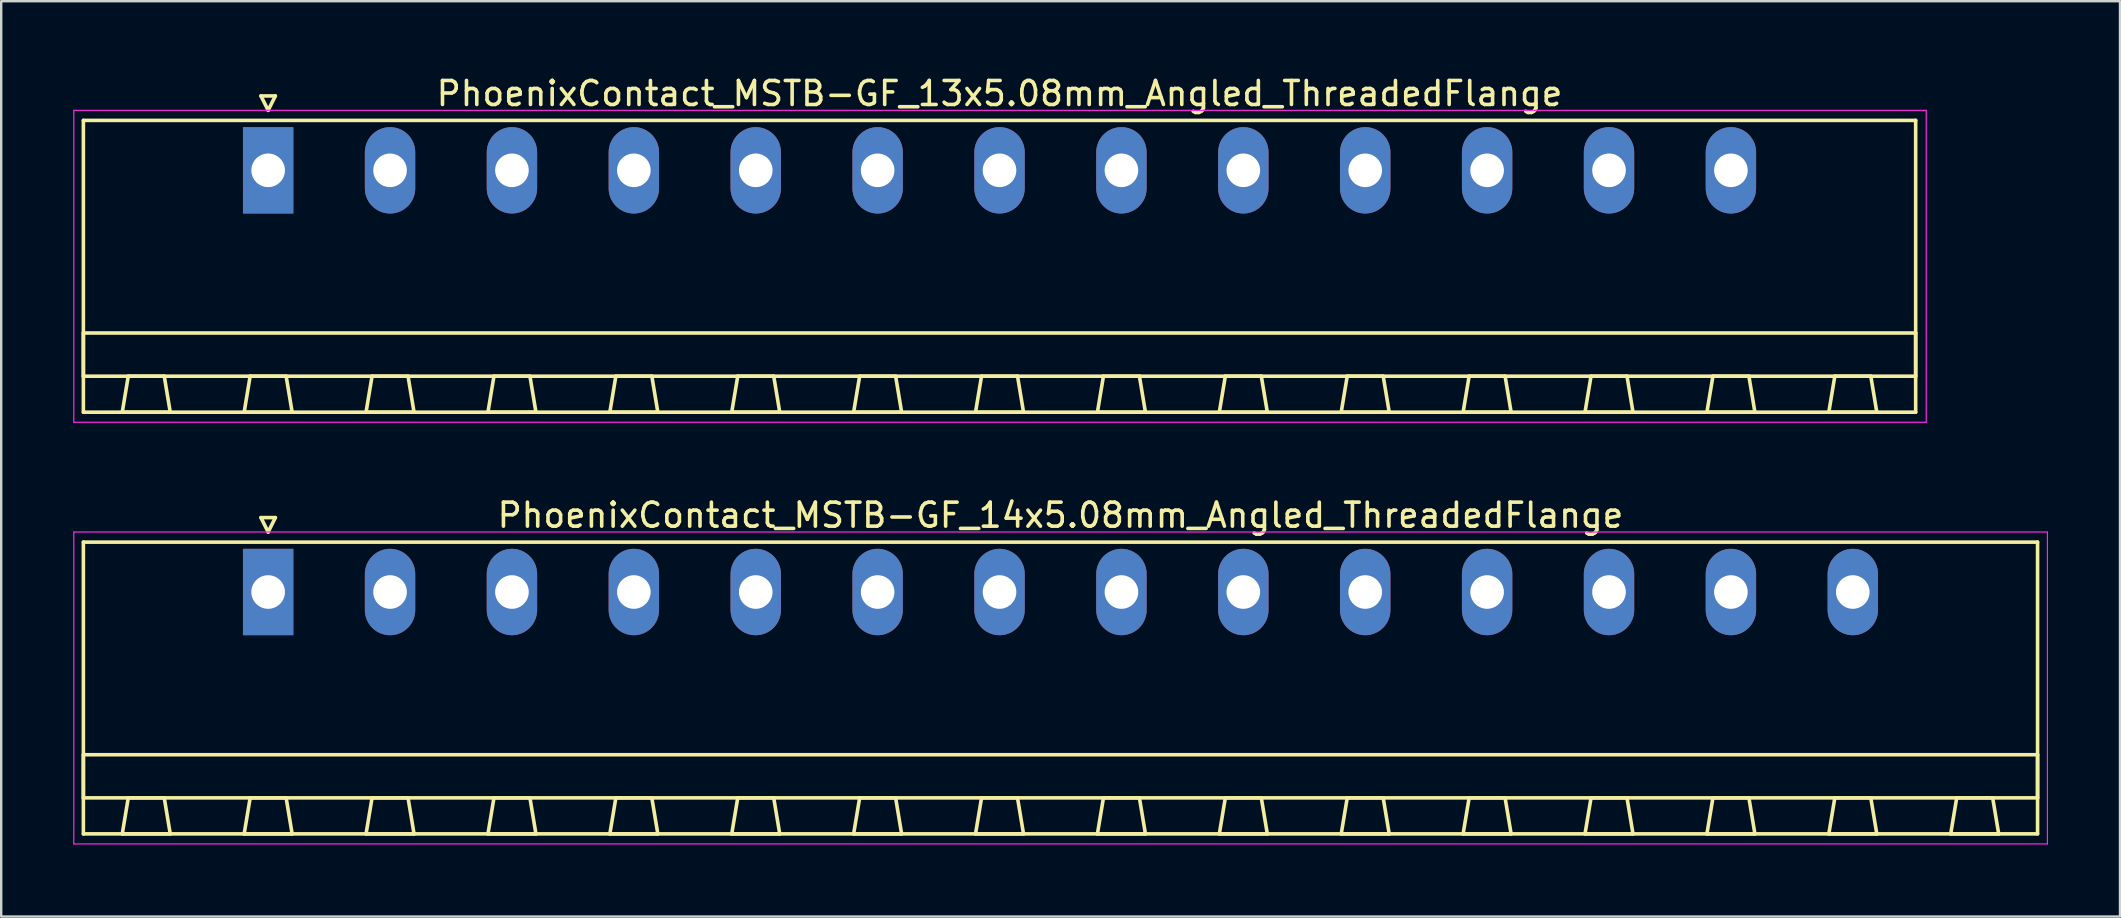
<source format=kicad_pcb>
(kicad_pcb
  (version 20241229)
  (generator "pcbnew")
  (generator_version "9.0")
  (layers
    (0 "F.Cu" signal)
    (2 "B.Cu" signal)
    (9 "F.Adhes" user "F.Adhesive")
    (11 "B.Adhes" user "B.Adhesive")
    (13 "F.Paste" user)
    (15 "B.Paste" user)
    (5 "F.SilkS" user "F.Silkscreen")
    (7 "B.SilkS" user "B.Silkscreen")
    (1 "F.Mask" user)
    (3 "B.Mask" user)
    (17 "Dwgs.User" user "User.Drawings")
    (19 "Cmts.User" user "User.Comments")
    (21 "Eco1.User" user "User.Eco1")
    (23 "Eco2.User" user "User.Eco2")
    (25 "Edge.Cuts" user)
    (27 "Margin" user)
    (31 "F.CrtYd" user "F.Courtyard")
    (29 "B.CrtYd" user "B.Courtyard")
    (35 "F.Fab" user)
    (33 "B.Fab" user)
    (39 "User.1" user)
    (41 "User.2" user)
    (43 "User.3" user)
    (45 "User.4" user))
  (footprint "PhoenixContact_MSTB-GF_13x5.08mm_Angled_ThreadedFlange"
    (layer "F.Cu")
    (at 8.125 4.048)
    (property "Reference" "PhoenixContact_MSTB-GF_13x5.08mm_Angled_ThreadedFlange" (at 30.48 -3.2 0) (layer "F.SilkS") (effects (font (size 1 1) (thickness 0.15))))
    (attr through_hole)
    (fp_line (start -7.7 -2.08) (end -7.7 10.08) (stroke (width 0.15) (type solid)) (layer "F.SilkS"))
    (fp_line (start -7.7 6.78) (end 68.66 6.78) (stroke (width 0.15) (type solid)) (layer "F.SilkS"))
    (fp_line (start -7.7 8.58) (end -7.7 6.78) (stroke (width 0.15) (type solid)) (layer "F.SilkS"))
    (fp_line (start -7.7 10.08) (end 68.66 10.08) (stroke (width 0.15) (type solid)) (layer "F.SilkS"))
    (fp_line (start -6.08 10.08) (end -4.08 10.08) (stroke (width 0.15) (type solid)) (layer "F.SilkS"))
    (fp_line (start -5.83 8.58) (end -6.08 10.08) (stroke (width 0.15) (type solid)) (layer "F.SilkS"))
    (fp_line (start -4.33 8.58) (end -5.83 8.58) (stroke (width 0.15) (type solid)) (layer "F.SilkS"))
    (fp_line (start -4.08 10.08) (end -4.33 8.58) (stroke (width 0.15) (type solid)) (layer "F.SilkS"))
    (fp_line (start -1 10.08) (end 1 10.08) (stroke (width 0.15) (type solid)) (layer "F.SilkS"))
    (fp_line (start -0.75 8.58) (end -1 10.08) (stroke (width 0.15) (type solid)) (layer "F.SilkS"))
    (fp_line (start -0.3 -3.1) (end 0 -2.5) (stroke (width 0.15) (type solid)) (layer "F.SilkS"))
    (fp_line (start 0 -2.5) (end 0.3 -3.1) (stroke (width 0.15) (type solid)) (layer "F.SilkS"))
    (fp_line (start 0.3 -3.1) (end -0.3 -3.1) (stroke (width 0.15) (type solid)) (layer "F.SilkS"))
    (fp_line (start 0.75 8.58) (end -0.75 8.58) (stroke (width 0.15) (type solid)) (layer "F.SilkS"))
    (fp_line (start 1 10.08) (end 0.75 8.58) (stroke (width 0.15) (type solid)) (layer "F.SilkS"))
    (fp_line (start 4.08 10.08) (end 6.08 10.08) (stroke (width 0.15) (type solid)) (layer "F.SilkS"))
    (fp_line (start 4.33 8.58) (end 4.08 10.08) (stroke (width 0.15) (type solid)) (layer "F.SilkS"))
    (fp_line (start 5.83 8.58) (end 4.33 8.58) (stroke (width 0.15) (type solid)) (layer "F.SilkS"))
    (fp_line (start 6.08 10.08) (end 5.83 8.58) (stroke (width 0.15) (type solid)) (layer "F.SilkS"))
    (fp_line (start 9.16 10.08) (end 11.16 10.08) (stroke (width 0.15) (type solid)) (layer "F.SilkS"))
    (fp_line (start 9.41 8.58) (end 9.16 10.08) (stroke (width 0.15) (type solid)) (layer "F.SilkS"))
    (fp_line (start 10.91 8.58) (end 9.41 8.58) (stroke (width 0.15) (type solid)) (layer "F.SilkS"))
    (fp_line (start 11.16 10.08) (end 10.91 8.58) (stroke (width 0.15) (type solid)) (layer "F.SilkS"))
    (fp_line (start 14.24 10.08) (end 16.24 10.08) (stroke (width 0.15) (type solid)) (layer "F.SilkS"))
    (fp_line (start 14.49 8.58) (end 14.24 10.08) (stroke (width 0.15) (type solid)) (layer "F.SilkS"))
    (fp_line (start 15.99 8.58) (end 14.49 8.58) (stroke (width 0.15) (type solid)) (layer "F.SilkS"))
    (fp_line (start 16.24 10.08) (end 15.99 8.58) (stroke (width 0.15) (type solid)) (layer "F.SilkS"))
    (fp_line (start 19.32 10.08) (end 21.32 10.08) (stroke (width 0.15) (type solid)) (layer "F.SilkS"))
    (fp_line (start 19.57 8.58) (end 19.32 10.08) (stroke (width 0.15) (type solid)) (layer "F.SilkS"))
    (fp_line (start 21.07 8.58) (end 19.57 8.58) (stroke (width 0.15) (type solid)) (layer "F.SilkS"))
    (fp_line (start 21.32 10.08) (end 21.07 8.58) (stroke (width 0.15) (type solid)) (layer "F.SilkS"))
    (fp_line (start 24.4 10.08) (end 26.4 10.08) (stroke (width 0.15) (type solid)) (layer "F.SilkS"))
    (fp_line (start 24.65 8.58) (end 24.4 10.08) (stroke (width 0.15) (type solid)) (layer "F.SilkS"))
    (fp_line (start 26.15 8.58) (end 24.65 8.58) (stroke (width 0.15) (type solid)) (layer "F.SilkS"))
    (fp_line (start 26.4 10.08) (end 26.15 8.58) (stroke (width 0.15) (type solid)) (layer "F.SilkS"))
    (fp_line (start 29.48 10.08) (end 31.48 10.08) (stroke (width 0.15) (type solid)) (layer "F.SilkS"))
    (fp_line (start 29.73 8.58) (end 29.48 10.08) (stroke (width 0.15) (type solid)) (layer "F.SilkS"))
    (fp_line (start 31.23 8.58) (end 29.73 8.58) (stroke (width 0.15) (type solid)) (layer "F.SilkS"))
    (fp_line (start 31.48 10.08) (end 31.23 8.58) (stroke (width 0.15) (type solid)) (layer "F.SilkS"))
    (fp_line (start 34.56 10.08) (end 36.56 10.08) (stroke (width 0.15) (type solid)) (layer "F.SilkS"))
    (fp_line (start 34.81 8.58) (end 34.56 10.08) (stroke (width 0.15) (type solid)) (layer "F.SilkS"))
    (fp_line (start 36.31 8.58) (end 34.81 8.58) (stroke (width 0.15) (type solid)) (layer "F.SilkS"))
    (fp_line (start 36.56 10.08) (end 36.31 8.58) (stroke (width 0.15) (type solid)) (layer "F.SilkS"))
    (fp_line (start 39.64 10.08) (end 41.64 10.08) (stroke (width 0.15) (type solid)) (layer "F.SilkS"))
    (fp_line (start 39.89 8.58) (end 39.64 10.08) (stroke (width 0.15) (type solid)) (layer "F.SilkS"))
    (fp_line (start 41.39 8.58) (end 39.89 8.58) (stroke (width 0.15) (type solid)) (layer "F.SilkS"))
    (fp_line (start 41.64 10.08) (end 41.39 8.58) (stroke (width 0.15) (type solid)) (layer "F.SilkS"))
    (fp_line (start 44.72 10.08) (end 46.72 10.08) (stroke (width 0.15) (type solid)) (layer "F.SilkS"))
    (fp_line (start 44.97 8.58) (end 44.72 10.08) (stroke (width 0.15) (type solid)) (layer "F.SilkS"))
    (fp_line (start 46.47 8.58) (end 44.97 8.58) (stroke (width 0.15) (type solid)) (layer "F.SilkS"))
    (fp_line (start 46.72 10.08) (end 46.47 8.58) (stroke (width 0.15) (type solid)) (layer "F.SilkS"))
    (fp_line (start 49.8 10.08) (end 51.8 10.08) (stroke (width 0.15) (type solid)) (layer "F.SilkS"))
    (fp_line (start 50.05 8.58) (end 49.8 10.08) (stroke (width 0.15) (type solid)) (layer "F.SilkS"))
    (fp_line (start 51.55 8.58) (end 50.05 8.58) (stroke (width 0.15) (type solid)) (layer "F.SilkS"))
    (fp_line (start 51.8 10.08) (end 51.55 8.58) (stroke (width 0.15) (type solid)) (layer "F.SilkS"))
    (fp_line (start 54.88 10.08) (end 56.88 10.08) (stroke (width 0.15) (type solid)) (layer "F.SilkS"))
    (fp_line (start 55.13 8.58) (end 54.88 10.08) (stroke (width 0.15) (type solid)) (layer "F.SilkS"))
    (fp_line (start 56.63 8.58) (end 55.13 8.58) (stroke (width 0.15) (type solid)) (layer "F.SilkS"))
    (fp_line (start 56.88 10.08) (end 56.63 8.58) (stroke (width 0.15) (type solid)) (layer "F.SilkS"))
    (fp_line (start 59.96 10.08) (end 61.96 10.08) (stroke (width 0.15) (type solid)) (layer "F.SilkS"))
    (fp_line (start 60.21 8.58) (end 59.96 10.08) (stroke (width 0.15) (type solid)) (layer "F.SilkS"))
    (fp_line (start 61.71 8.58) (end 60.21 8.58) (stroke (width 0.15) (type solid)) (layer "F.SilkS"))
    (fp_line (start 61.96 10.08) (end 61.71 8.58) (stroke (width 0.15) (type solid)) (layer "F.SilkS"))
    (fp_line (start 65.04 10.08) (end 67.04 10.08) (stroke (width 0.15) (type solid)) (layer "F.SilkS"))
    (fp_line (start 65.29 8.58) (end 65.04 10.08) (stroke (width 0.15) (type solid)) (layer "F.SilkS"))
    (fp_line (start 66.79 8.58) (end 65.29 8.58) (stroke (width 0.15) (type solid)) (layer "F.SilkS"))
    (fp_line (start 67.04 10.08) (end 66.79 8.58) (stroke (width 0.15) (type solid)) (layer "F.SilkS"))
    (fp_line (start 68.66 -2.08) (end -7.7 -2.08) (stroke (width 0.15) (type solid)) (layer "F.SilkS"))
    (fp_line (start 68.66 6.78) (end 68.66 8.58) (stroke (width 0.15) (type solid)) (layer "F.SilkS"))
    (fp_line (start 68.66 8.58) (end -7.7 8.58) (stroke (width 0.15) (type solid)) (layer "F.SilkS"))
    (fp_line (start 68.66 10.08) (end 68.66 -2.08) (stroke (width 0.15) (type solid)) (layer "F.SilkS"))
    (fp_line (start -8.1 -2.5) (end -8.1 10.5) (stroke (width 0.05) (type solid)) (layer "F.CrtYd"))
    (fp_line (start -8.1 10.5) (end 69.1 10.5) (stroke (width 0.05) (type solid)) (layer "F.CrtYd"))
    (fp_line (start 69.1 -2.5) (end -8.1 -2.5) (stroke (width 0.05) (type solid)) (layer "F.CrtYd"))
    (fp_line (start 69.1 10.5) (end 69.1 -2.5) (stroke (width 0.05) (type solid)) (layer "F.CrtYd"))
    (pad "1" thru_hole rect (at 0 0) (size 2.1 3.6) (drill 1.4) (layers "*.Cu" "*.Mask"))
    (pad "2" thru_hole oval (at 5.08 0) (size 2.1 3.6) (drill 1.4) (layers "*.Cu" "*.Mask"))
    (pad "3" thru_hole oval (at 10.16 0) (size 2.1 3.6) (drill 1.4) (layers "*.Cu" "*.Mask"))
    (pad "4" thru_hole oval (at 15.24 0) (size 2.1 3.6) (drill 1.4) (layers "*.Cu" "*.Mask"))
    (pad "5" thru_hole oval (at 20.32 0) (size 2.1 3.6) (drill 1.4) (layers "*.Cu" "*.Mask"))
    (pad "6" thru_hole oval (at 25.4 0) (size 2.1 3.6) (drill 1.4) (layers "*.Cu" "*.Mask"))
    (pad "7" thru_hole oval (at 30.48 0) (size 2.1 3.6) (drill 1.4) (layers "*.Cu" "*.Mask"))
    (pad "8" thru_hole oval (at 35.56 0) (size 2.1 3.6) (drill 1.4) (layers "*.Cu" "*.Mask"))
    (pad "9" thru_hole oval (at 40.64 0) (size 2.1 3.6) (drill 1.4) (layers "*.Cu" "*.Mask"))
    (pad "10" thru_hole oval (at 45.72 0) (size 2.1 3.6) (drill 1.4) (layers "*.Cu" "*.Mask"))
    (pad "11" thru_hole oval (at 50.8 0) (size 2.1 3.6) (drill 1.4) (layers "*.Cu" "*.Mask"))
    (pad "12" thru_hole oval (at 55.88 0) (size 2.1 3.6) (drill 1.4) (layers "*.Cu" "*.Mask"))
    (pad "13" thru_hole oval (at 60.96 0) (size 2.1 3.6) (drill 1.4) (layers "*.Cu" "*.Mask")))
  (footprint "PhoenixContact_MSTB-GF_14x5.08mm_Angled_ThreadedFlange"
    (layer "F.Cu")
    (at 8.125 21.622)
    (property "Reference" "PhoenixContact_MSTB-GF_14x5.08mm_Angled_ThreadedFlange" (at 33.02 -3.2 0) (layer "F.SilkS") (effects (font (size 1 1) (thickness 0.15))))
    (attr through_hole)
    (fp_line (start -7.7 -2.08) (end -7.7 10.08) (stroke (width 0.15) (type solid)) (layer "F.SilkS"))
    (fp_line (start -7.7 6.78) (end 73.74 6.78) (stroke (width 0.15) (type solid)) (layer "F.SilkS"))
    (fp_line (start -7.7 8.58) (end -7.7 6.78) (stroke (width 0.15) (type solid)) (layer "F.SilkS"))
    (fp_line (start -7.7 10.08) (end 73.74 10.08) (stroke (width 0.15) (type solid)) (layer "F.SilkS"))
    (fp_line (start -6.08 10.08) (end -4.08 10.08) (stroke (width 0.15) (type solid)) (layer "F.SilkS"))
    (fp_line (start -5.83 8.58) (end -6.08 10.08) (stroke (width 0.15) (type solid)) (layer "F.SilkS"))
    (fp_line (start -4.33 8.58) (end -5.83 8.58) (stroke (width 0.15) (type solid)) (layer "F.SilkS"))
    (fp_line (start -4.08 10.08) (end -4.33 8.58) (stroke (width 0.15) (type solid)) (layer "F.SilkS"))
    (fp_line (start -1 10.08) (end 1 10.08) (stroke (width 0.15) (type solid)) (layer "F.SilkS"))
    (fp_line (start -0.75 8.58) (end -1 10.08) (stroke (width 0.15) (type solid)) (layer "F.SilkS"))
    (fp_line (start -0.3 -3.1) (end 0 -2.5) (stroke (width 0.15) (type solid)) (layer "F.SilkS"))
    (fp_line (start 0 -2.5) (end 0.3 -3.1) (stroke (width 0.15) (type solid)) (layer "F.SilkS"))
    (fp_line (start 0.3 -3.1) (end -0.3 -3.1) (stroke (width 0.15) (type solid)) (layer "F.SilkS"))
    (fp_line (start 0.75 8.58) (end -0.75 8.58) (stroke (width 0.15) (type solid)) (layer "F.SilkS"))
    (fp_line (start 1 10.08) (end 0.75 8.58) (stroke (width 0.15) (type solid)) (layer "F.SilkS"))
    (fp_line (start 4.08 10.08) (end 6.08 10.08) (stroke (width 0.15) (type solid)) (layer "F.SilkS"))
    (fp_line (start 4.33 8.58) (end 4.08 10.08) (stroke (width 0.15) (type solid)) (layer "F.SilkS"))
    (fp_line (start 5.83 8.58) (end 4.33 8.58) (stroke (width 0.15) (type solid)) (layer "F.SilkS"))
    (fp_line (start 6.08 10.08) (end 5.83 8.58) (stroke (width 0.15) (type solid)) (layer "F.SilkS"))
    (fp_line (start 9.16 10.08) (end 11.16 10.08) (stroke (width 0.15) (type solid)) (layer "F.SilkS"))
    (fp_line (start 9.41 8.58) (end 9.16 10.08) (stroke (width 0.15) (type solid)) (layer "F.SilkS"))
    (fp_line (start 10.91 8.58) (end 9.41 8.58) (stroke (width 0.15) (type solid)) (layer "F.SilkS"))
    (fp_line (start 11.16 10.08) (end 10.91 8.58) (stroke (width 0.15) (type solid)) (layer "F.SilkS"))
    (fp_line (start 14.24 10.08) (end 16.24 10.08) (stroke (width 0.15) (type solid)) (layer "F.SilkS"))
    (fp_line (start 14.49 8.58) (end 14.24 10.08) (stroke (width 0.15) (type solid)) (layer "F.SilkS"))
    (fp_line (start 15.99 8.58) (end 14.49 8.58) (stroke (width 0.15) (type solid)) (layer "F.SilkS"))
    (fp_line (start 16.24 10.08) (end 15.99 8.58) (stroke (width 0.15) (type solid)) (layer "F.SilkS"))
    (fp_line (start 19.32 10.08) (end 21.32 10.08) (stroke (width 0.15) (type solid)) (layer "F.SilkS"))
    (fp_line (start 19.57 8.58) (end 19.32 10.08) (stroke (width 0.15) (type solid)) (layer "F.SilkS"))
    (fp_line (start 21.07 8.58) (end 19.57 8.58) (stroke (width 0.15) (type solid)) (layer "F.SilkS"))
    (fp_line (start 21.32 10.08) (end 21.07 8.58) (stroke (width 0.15) (type solid)) (layer "F.SilkS"))
    (fp_line (start 24.4 10.08) (end 26.4 10.08) (stroke (width 0.15) (type solid)) (layer "F.SilkS"))
    (fp_line (start 24.65 8.58) (end 24.4 10.08) (stroke (width 0.15) (type solid)) (layer "F.SilkS"))
    (fp_line (start 26.15 8.58) (end 24.65 8.58) (stroke (width 0.15) (type solid)) (layer "F.SilkS"))
    (fp_line (start 26.4 10.08) (end 26.15 8.58) (stroke (width 0.15) (type solid)) (layer "F.SilkS"))
    (fp_line (start 29.48 10.08) (end 31.48 10.08) (stroke (width 0.15) (type solid)) (layer "F.SilkS"))
    (fp_line (start 29.73 8.58) (end 29.48 10.08) (stroke (width 0.15) (type solid)) (layer "F.SilkS"))
    (fp_line (start 31.23 8.58) (end 29.73 8.58) (stroke (width 0.15) (type solid)) (layer "F.SilkS"))
    (fp_line (start 31.48 10.08) (end 31.23 8.58) (stroke (width 0.15) (type solid)) (layer "F.SilkS"))
    (fp_line (start 34.56 10.08) (end 36.56 10.08) (stroke (width 0.15) (type solid)) (layer "F.SilkS"))
    (fp_line (start 34.81 8.58) (end 34.56 10.08) (stroke (width 0.15) (type solid)) (layer "F.SilkS"))
    (fp_line (start 36.31 8.58) (end 34.81 8.58) (stroke (width 0.15) (type solid)) (layer "F.SilkS"))
    (fp_line (start 36.56 10.08) (end 36.31 8.58) (stroke (width 0.15) (type solid)) (layer "F.SilkS"))
    (fp_line (start 39.64 10.08) (end 41.64 10.08) (stroke (width 0.15) (type solid)) (layer "F.SilkS"))
    (fp_line (start 39.89 8.58) (end 39.64 10.08) (stroke (width 0.15) (type solid)) (layer "F.SilkS"))
    (fp_line (start 41.39 8.58) (end 39.89 8.58) (stroke (width 0.15) (type solid)) (layer "F.SilkS"))
    (fp_line (start 41.64 10.08) (end 41.39 8.58) (stroke (width 0.15) (type solid)) (layer "F.SilkS"))
    (fp_line (start 44.72 10.08) (end 46.72 10.08) (stroke (width 0.15) (type solid)) (layer "F.SilkS"))
    (fp_line (start 44.97 8.58) (end 44.72 10.08) (stroke (width 0.15) (type solid)) (layer "F.SilkS"))
    (fp_line (start 46.47 8.58) (end 44.97 8.58) (stroke (width 0.15) (type solid)) (layer "F.SilkS"))
    (fp_line (start 46.72 10.08) (end 46.47 8.58) (stroke (width 0.15) (type solid)) (layer "F.SilkS"))
    (fp_line (start 49.8 10.08) (end 51.8 10.08) (stroke (width 0.15) (type solid)) (layer "F.SilkS"))
    (fp_line (start 50.05 8.58) (end 49.8 10.08) (stroke (width 0.15) (type solid)) (layer "F.SilkS"))
    (fp_line (start 51.55 8.58) (end 50.05 8.58) (stroke (width 0.15) (type solid)) (layer "F.SilkS"))
    (fp_line (start 51.8 10.08) (end 51.55 8.58) (stroke (width 0.15) (type solid)) (layer "F.SilkS"))
    (fp_line (start 54.88 10.08) (end 56.88 10.08) (stroke (width 0.15) (type solid)) (layer "F.SilkS"))
    (fp_line (start 55.13 8.58) (end 54.88 10.08) (stroke (width 0.15) (type solid)) (layer "F.SilkS"))
    (fp_line (start 56.63 8.58) (end 55.13 8.58) (stroke (width 0.15) (type solid)) (layer "F.SilkS"))
    (fp_line (start 56.88 10.08) (end 56.63 8.58) (stroke (width 0.15) (type solid)) (layer "F.SilkS"))
    (fp_line (start 59.96 10.08) (end 61.96 10.08) (stroke (width 0.15) (type solid)) (layer "F.SilkS"))
    (fp_line (start 60.21 8.58) (end 59.96 10.08) (stroke (width 0.15) (type solid)) (layer "F.SilkS"))
    (fp_line (start 61.71 8.58) (end 60.21 8.58) (stroke (width 0.15) (type solid)) (layer "F.SilkS"))
    (fp_line (start 61.96 10.08) (end 61.71 8.58) (stroke (width 0.15) (type solid)) (layer "F.SilkS"))
    (fp_line (start 65.04 10.08) (end 67.04 10.08) (stroke (width 0.15) (type solid)) (layer "F.SilkS"))
    (fp_line (start 65.29 8.58) (end 65.04 10.08) (stroke (width 0.15) (type solid)) (layer "F.SilkS"))
    (fp_line (start 66.79 8.58) (end 65.29 8.58) (stroke (width 0.15) (type solid)) (layer "F.SilkS"))
    (fp_line (start 67.04 10.08) (end 66.79 8.58) (stroke (width 0.15) (type solid)) (layer "F.SilkS"))
    (fp_line (start 70.12 10.08) (end 72.12 10.08) (stroke (width 0.15) (type solid)) (layer "F.SilkS"))
    (fp_line (start 70.37 8.58) (end 70.12 10.08) (stroke (width 0.15) (type solid)) (layer "F.SilkS"))
    (fp_line (start 71.87 8.58) (end 70.37 8.58) (stroke (width 0.15) (type solid)) (layer "F.SilkS"))
    (fp_line (start 72.12 10.08) (end 71.87 8.58) (stroke (width 0.15) (type solid)) (layer "F.SilkS"))
    (fp_line (start 73.74 -2.08) (end -7.7 -2.08) (stroke (width 0.15) (type solid)) (layer "F.SilkS"))
    (fp_line (start 73.74 6.78) (end 73.74 8.58) (stroke (width 0.15) (type solid)) (layer "F.SilkS"))
    (fp_line (start 73.74 8.58) (end -7.7 8.58) (stroke (width 0.15) (type solid)) (layer "F.SilkS"))
    (fp_line (start 73.74 10.08) (end 73.74 -2.08) (stroke (width 0.15) (type solid)) (layer "F.SilkS"))
    (fp_line (start -8.1 -2.5) (end -8.1 10.5) (stroke (width 0.05) (type solid)) (layer "F.CrtYd"))
    (fp_line (start -8.1 10.5) (end 74.15 10.5) (stroke (width 0.05) (type solid)) (layer "F.CrtYd"))
    (fp_line (start 74.15 -2.5) (end -8.1 -2.5) (stroke (width 0.05) (type solid)) (layer "F.CrtYd"))
    (fp_line (start 74.15 10.5) (end 74.15 -2.5) (stroke (width 0.05) (type solid)) (layer "F.CrtYd"))
    (pad "1" thru_hole rect (at 0 0) (size 2.1 3.6) (drill 1.4) (layers "*.Cu" "*.Mask"))
    (pad "2" thru_hole oval (at 5.08 0) (size 2.1 3.6) (drill 1.4) (layers "*.Cu" "*.Mask"))
    (pad "3" thru_hole oval (at 10.16 0) (size 2.1 3.6) (drill 1.4) (layers "*.Cu" "*.Mask"))
    (pad "4" thru_hole oval (at 15.24 0) (size 2.1 3.6) (drill 1.4) (layers "*.Cu" "*.Mask"))
    (pad "5" thru_hole oval (at 20.32 0) (size 2.1 3.6) (drill 1.4) (layers "*.Cu" "*.Mask"))
    (pad "6" thru_hole oval (at 25.4 0) (size 2.1 3.6) (drill 1.4) (layers "*.Cu" "*.Mask"))
    (pad "7" thru_hole oval (at 30.48 0) (size 2.1 3.6) (drill 1.4) (layers "*.Cu" "*.Mask"))
    (pad "8" thru_hole oval (at 35.56 0) (size 2.1 3.6) (drill 1.4) (layers "*.Cu" "*.Mask"))
    (pad "9" thru_hole oval (at 40.64 0) (size 2.1 3.6) (drill 1.4) (layers "*.Cu" "*.Mask"))
    (pad "10" thru_hole oval (at 45.72 0) (size 2.1 3.6) (drill 1.4) (layers "*.Cu" "*.Mask"))
    (pad "11" thru_hole oval (at 50.8 0) (size 2.1 3.6) (drill 1.4) (layers "*.Cu" "*.Mask"))
    (pad "12" thru_hole oval (at 55.88 0) (size 2.1 3.6) (drill 1.4) (layers "*.Cu" "*.Mask"))
    (pad "13" thru_hole oval (at 60.96 0) (size 2.1 3.6) (drill 1.4) (layers "*.Cu" "*.Mask"))
    (pad "14" thru_hole oval (at 66.04 0) (size 2.1 3.6) (drill 1.4) (layers "*.Cu" "*.Mask")))
  (gr_rect
    (start -3 -3)
    (end 85.3 35.147)
    (stroke (width 0.1) (type default))
    (fill no)
    (layer "Edge.Cuts")))
</source>
